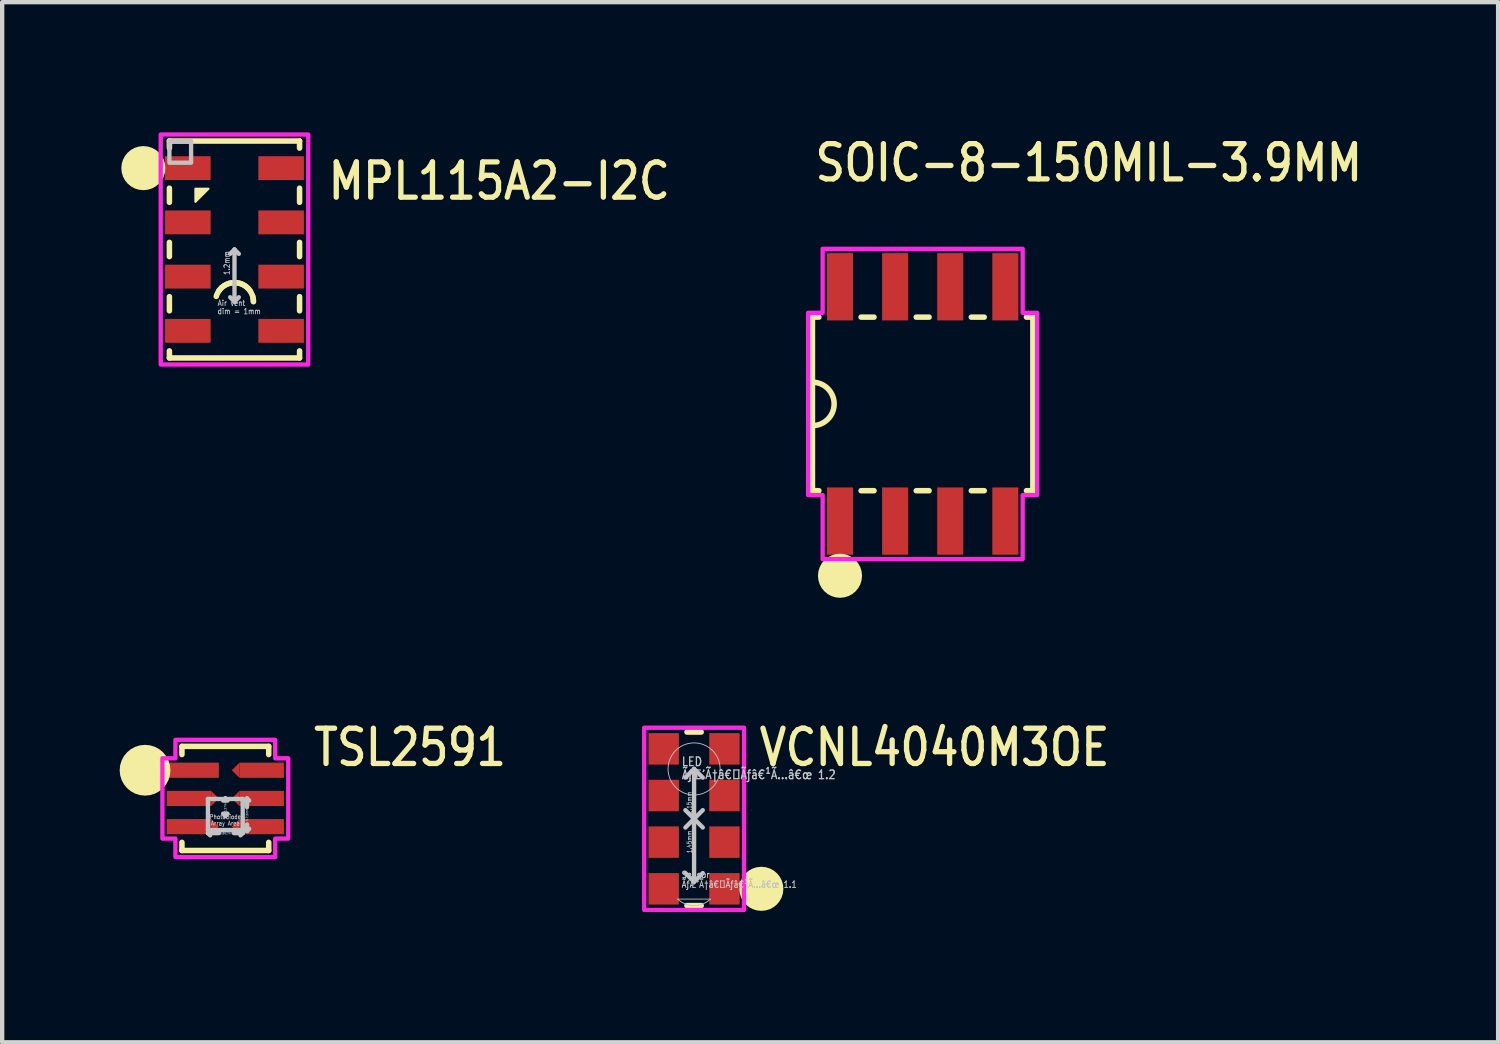
<source format=kicad_pcb>
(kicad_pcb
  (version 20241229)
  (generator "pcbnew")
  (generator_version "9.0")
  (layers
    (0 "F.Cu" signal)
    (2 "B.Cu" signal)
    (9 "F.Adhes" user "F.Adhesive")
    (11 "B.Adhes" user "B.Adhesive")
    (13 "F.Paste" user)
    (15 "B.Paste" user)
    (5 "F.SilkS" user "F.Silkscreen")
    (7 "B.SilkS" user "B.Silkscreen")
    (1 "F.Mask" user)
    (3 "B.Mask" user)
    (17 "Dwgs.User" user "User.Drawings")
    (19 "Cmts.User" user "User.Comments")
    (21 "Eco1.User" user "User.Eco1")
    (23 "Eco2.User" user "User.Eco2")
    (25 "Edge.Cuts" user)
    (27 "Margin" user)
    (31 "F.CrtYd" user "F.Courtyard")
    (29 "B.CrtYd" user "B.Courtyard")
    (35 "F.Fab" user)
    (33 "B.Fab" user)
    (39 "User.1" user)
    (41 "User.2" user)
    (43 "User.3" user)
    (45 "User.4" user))
  (footprint "TSL2591"
    (layer "F.Cu")
    (at 2.143 15.351)
    (property "Reference" "TSL2591" (at 1.975 -0.7 0) (unlocked yes) (layer "F.SilkS") (effects (font (size 0.813 0.695) (thickness 0.122)) (justify left bottom)))
    (fp_poly (pts (xy -0.325 0.175) (xy -0.325 -0.175) (xy -0.15 0)) (stroke (width 0) (type solid)) (fill yes) (layer "F.Cu"))
    (fp_poly (pts (xy -0.325 0.825) (xy -0.325 0.475) (xy -0.15 0.65)) (stroke (width 0) (type solid)) (fill yes) (layer "F.Cu"))
    (fp_poly (pts (xy 0.325 -0.825) (xy 0.325 -0.475) (xy 0.15 -0.65)) (stroke (width 0) (type solid)) (fill yes) (layer "F.Cu"))
    (fp_poly (pts (xy 0.325 -0.175) (xy 0.325 0.175) (xy 0.15 0)) (stroke (width 0) (type solid)) (fill yes) (layer "F.Cu"))
    (fp_poly (pts (xy 0.325 0.475) (xy 0.325 0.825) (xy 0.15 0.65)) (stroke (width 0) (type solid)) (fill yes) (layer "F.Cu"))
    (fp_poly (pts (xy -1.45 -0.275) (xy -1.45 0.275) (xy -0.3 0.275) (xy -0.05 0) (xy -0.325 -0.275)) (stroke (width 0) (type solid)) (fill yes) (layer "F.Mask"))
    (fp_poly (pts (xy -1.45 0.375) (xy -1.45 0.925) (xy -0.3 0.925) (xy -0.05 0.65) (xy -0.325 0.375)) (stroke (width 0) (type solid)) (fill yes) (layer "F.Mask"))
    (fp_poly (pts (xy 1.45 -0.375) (xy 1.45 -0.925) (xy 0.3 -0.925) (xy 0.05 -0.65) (xy 0.325 -0.375)) (stroke (width 0) (type solid)) (fill yes) (layer "F.Mask"))
    (fp_poly (pts (xy 1.45 0.275) (xy 1.45 -0.275) (xy 0.3 -0.275) (xy 0.05 0) (xy 0.325 0.275)) (stroke (width 0) (type solid)) (fill yes) (layer "F.Mask"))
    (fp_poly (pts (xy 1.45 0.925) (xy 1.45 0.375) (xy 0.3 0.375) (xy 0.05 0.65) (xy 0.325 0.925)) (stroke (width 0) (type solid)) (fill yes) (layer "F.Mask"))
    (fp_line (start -1 -1.2) (end -1 -1.012) (stroke (width 0.127) (type solid)) (layer "F.SilkS"))
    (fp_line (start -1 -1.2) (end 1 -1.2) (stroke (width 0.127) (type solid)) (layer "F.SilkS"))
    (fp_line (start -1 1.012) (end -1 1.2) (stroke (width 0.127) (type solid)) (layer "F.SilkS"))
    (fp_line (start -1 1.2) (end 1 1.2) (stroke (width 0.127) (type solid)) (layer "F.SilkS"))
    (fp_line (start 1 -1.2) (end 1 -1.012) (stroke (width 0.127) (type solid)) (layer "F.SilkS"))
    (fp_line (start 1 1.2) (end 1 1.012) (stroke (width 0.127) (type solid)) (layer "F.SilkS"))
    (fp_circle (center -1.85 -0.65) (end -1.85 -0.65) (stroke (width 0.585) (type solid)) (fill no) (layer "F.SilkS"))
    (fp_poly (pts (xy -0.325 0.175) (xy -0.325 -0.175) (xy -0.15 0)) (stroke (width 0) (type solid)) (fill yes) (layer "F.Paste"))
    (fp_poly (pts (xy -0.325 0.825) (xy -0.325 0.475) (xy -0.15 0.65)) (stroke (width 0) (type solid)) (fill yes) (layer "F.Paste"))
    (fp_poly (pts (xy 0.325 -0.825) (xy 0.325 -0.475) (xy 0.15 -0.65)) (stroke (width 0) (type solid)) (fill yes) (layer "F.Paste"))
    (fp_poly (pts (xy 0.325 -0.175) (xy 0.325 0.175) (xy 0.15 0)) (stroke (width 0) (type solid)) (fill yes) (layer "F.Paste"))
    (fp_poly (pts (xy 0.325 0.475) (xy 0.325 0.825) (xy 0.15 0.65)) (stroke (width 0) (type solid)) (fill yes) (layer "F.Paste"))
    (fp_line (start -0.401 0.012) (end 0.401 0.012) (stroke (width 0.1) (type solid)) (layer "Dwgs.User"))
    (fp_line (start -0.401 0.728) (end -0.401 0.012) (stroke (width 0.1) (type solid)) (layer "Dwgs.User"))
    (fp_line (start -0.4 0.8) (end -0.35 0.75) (stroke (width 0.1) (type solid)) (layer "Dwgs.User"))
    (fp_line (start -0.4 0.8) (end -0.35 0.85) (stroke (width 0.1) (type solid)) (layer "Dwgs.User"))
    (fp_line (start -0.4 0.8) (end -0.15 0.8) (stroke (width 0.1) (type solid)) (layer "Dwgs.User"))
    (fp_line (start 0 0) (end -0.05 0.05) (stroke (width 0.1) (type solid)) (layer "Dwgs.User"))
    (fp_line (start 0 0) (end 0 0.05) (stroke (width 0.1) (type solid)) (layer "Dwgs.User"))
    (fp_line (start 0 0) (end 0.05 0.05) (stroke (width 0.1) (type solid)) (layer "Dwgs.User"))
    (fp_line (start 0 0.35) (end 0 0.4) (stroke (width 0.1) (type solid)) (layer "Dwgs.User"))
    (fp_line (start 0 0.4) (end -0.05 0.35) (stroke (width 0.1) (type solid)) (layer "Dwgs.User"))
    (fp_line (start 0 0.4) (end 0.05 0.35) (stroke (width 0.1) (type solid)) (layer "Dwgs.User"))
    (fp_line (start 0.2 0.8) (end 0.4 0.8) (stroke (width 0.1) (type solid)) (layer "Dwgs.User"))
    (fp_line (start 0.35 0.75) (end 0.4 0.8) (stroke (width 0.1) (type solid)) (layer "Dwgs.User"))
    (fp_line (start 0.35 0.85) (end 0.4 0.8) (stroke (width 0.1) (type solid)) (layer "Dwgs.User"))
    (fp_line (start 0.401 0.012) (end 0.401 0.728) (stroke (width 0.1) (type solid)) (layer "Dwgs.User"))
    (fp_line (start 0.401 0.728) (end -0.401 0.728) (stroke (width 0.1) (type solid)) (layer "Dwgs.User"))
    (fp_line (start 0.5 0) (end 0.45 0.05) (stroke (width 0.1) (type solid)) (layer "Dwgs.User"))
    (fp_line (start 0.5 0) (end 0.5 0.2) (stroke (width 0.1) (type solid)) (layer "Dwgs.User"))
    (fp_line (start 0.5 0) (end 0.55 0.05) (stroke (width 0.1) (type solid)) (layer "Dwgs.User"))
    (fp_line (start 0.5 0.6) (end 0.5 0.75) (stroke (width 0.1) (type solid)) (layer "Dwgs.User"))
    (fp_line (start 0.5 0.75) (end 0.45 0.7) (stroke (width 0.1) (type solid)) (layer "Dwgs.User"))
    (fp_line (start 0.5 0.75) (end 0.55 0.7) (stroke (width 0.1) (type solid)) (layer "Dwgs.User"))
    (fp_poly (pts (xy -1.15 -1.35) (xy 1.15 -1.35) (xy 1.15 -0.925) (xy 1.45 -0.925) (xy 1.45 0.925) (xy 1.15 0.925) (xy 1.15 1.35) (xy -1.15 1.35) (xy -1.15 0.925) (xy -1.45 0.925) (xy -1.45 -0.925) (xy -1.15 -0.925)) (stroke (width 0.1) (type solid)) (fill no) (layer "F.CrtYd"))
    (fp_text user "0.716mm" (at 0.53 0.53 90) (unlocked yes) (layer "Dwgs.User") (effects (font (size 0.05 0.043) (thickness 0.007)) (justify left bottom)))
    (fp_text user "Array Area" (at 0 0.575 0) (unlocked yes) (layer "Dwgs.User") (effects (font (size 0.1 0.086) (thickness 0.015))))
    (fp_text user "Photodiode" (at 0 0.425 0) (unlocked yes) (layer "Dwgs.User") (effects (font (size 0.1 0.086) (thickness 0.015))))
    (fp_text user "0.802mm" (at -0.13 0.83 0) (unlocked yes) (layer "Dwgs.User") (effects (font (size 0.05 0.043) (thickness 0.007)) (justify left bottom)))
    (fp_text user "0.37mm" (at 0 0.325 90) (unlocked yes) (layer "Dwgs.User") (effects (font (size 0.05 0.043) (thickness 0.007)) (justify left)))
    (pad "P$1" smd rect (at -0.75 -0.65) (size 1.2 0.35) (layers "F.Cu" "F.Mask" "F.Paste"))
    (pad "P$2" smd rect (at -0.838 0) (size 1.025 0.35) (layers "F.Cu" "F.Paste"))
    (pad "P$3" smd rect (at -0.838 0.65) (size 1.025 0.35) (layers "F.Cu" "F.Paste"))
    (pad "P$4" smd rect (at 0.838 0.65) (size 1.025 0.35) (layers "F.Cu" "F.Paste"))
    (pad "P$5" smd rect (at 0.838 0) (size 1.025 0.35) (layers "F.Cu" "F.Paste"))
    (pad "P$6" smd rect (at 0.838 -0.65) (size 1.025 0.35) (layers "F.Cu" "F.Paste")))
  (footprint "MPL115A2-I2C"
    (layer "F.Cu")
    (at 2.354 2.7)
    (property "Reference" "MPL115A2-I2C" (at 2.1 -1.1 0) (unlocked yes) (layer "F.SilkS") (effects (font (size 0.813 0.695) (thickness 0.122)) (justify left bottom)))
    (fp_line (start -1.5 -2.5) (end -1.5 -2.337) (stroke (width 0.127) (type solid)) (layer "F.SilkS"))
    (fp_line (start -1.5 -2.5) (end 1.5 -2.5) (stroke (width 0.127) (type solid)) (layer "F.SilkS"))
    (fp_line (start -1.5 -1.087) (end -1.5 -1.413) (stroke (width 0.127) (type solid)) (layer "F.SilkS"))
    (fp_line (start -1.5 -0.164) (end -1.5 0.164) (stroke (width 0.127) (type solid)) (layer "F.SilkS"))
    (fp_line (start -1.5 1.087) (end -1.5 1.413) (stroke (width 0.127) (type solid)) (layer "F.SilkS"))
    (fp_line (start -1.5 2.337) (end -1.5 2.5) (stroke (width 0.127) (type solid)) (layer "F.SilkS"))
    (fp_line (start -1.5 2.5) (end 1.5 2.5) (stroke (width 0.127) (type solid)) (layer "F.SilkS"))
    (fp_line (start 1.5 -2.5) (end 1.5 -2.337) (stroke (width 0.127) (type solid)) (layer "F.SilkS"))
    (fp_line (start 1.5 -1.087) (end 1.5 -1.413) (stroke (width 0.127) (type solid)) (layer "F.SilkS"))
    (fp_line (start 1.5 -0.164) (end 1.5 0.164) (stroke (width 0.127) (type solid)) (layer "F.SilkS"))
    (fp_line (start 1.5 1.087) (end 1.5 1.413) (stroke (width 0.127) (type solid)) (layer "F.SilkS"))
    (fp_line (start 1.5 2.337) (end 1.5 2.5) (stroke (width 0.127) (type solid)) (layer "F.SilkS"))
    (fp_arc (start -0.42 1.081125) (mid 0.060008 0.767645) (end 0.4365 1.2) (stroke (width 0.127) (type solid)) (layer "F.SilkS"))
    (fp_arc (start -0.363363 0.958134) (mid 0.000121 0.763501) (end 0.363497 0.958334) (stroke (width 0.127) (type solid)) (layer "F.SilkS"))
    (fp_arc (start 0.419972 1.081016) (mid 0.432349 1.139937) (end 0.4365 1.2) (stroke (width 0.127) (type solid)) (layer "F.SilkS"))
    (fp_circle (center -2.1 -1.875) (end -2.1 -1.875) (stroke (width 0.508) (type solid)) (fill no) (layer "F.SilkS"))
    (fp_poly (pts (xy -0.6 -1.4) (xy -0.9 -1.4) (xy -0.9 -1.1)) (stroke (width 0.05) (type solid)) (fill yes) (layer "F.SilkS"))
    (fp_line (start 0 0) (end -0.1 0.1) (stroke (width 0.1) (type solid)) (layer "Dwgs.User"))
    (fp_line (start 0 0) (end 0 1.2) (stroke (width 0.1) (type solid)) (layer "Dwgs.User"))
    (fp_line (start 0 0) (end 0.1 0.1) (stroke (width 0.1) (type solid)) (layer "Dwgs.User"))
    (fp_line (start 0 1.2) (end -0.1 1.1) (stroke (width 0.1) (type solid)) (layer "Dwgs.User"))
    (fp_line (start 0 1.2) (end 0.1 1.1) (stroke (width 0.1) (type solid)) (layer "Dwgs.User"))
    (fp_poly (pts (xy -1.5 -2.5) (xy -1 -2.5) (xy -1 -2) (xy -1.5 -2)) (stroke (width 0.1) (type solid)) (fill no) (layer "Dwgs.User"))
    (fp_poly (pts (xy -1.7 -2.65) (xy 1.7 -2.65) (xy 1.7 2.65) (xy -1.7 2.65)) (stroke (width 0.1) (type solid)) (fill no) (layer "F.CrtYd"))
    (fp_text user "1.2mm" (at -0.1 0.6 90) (unlocked yes) (layer "Dwgs.User") (effects (font (size 0.127 0.109) (thickness 0.019)) (justify left bottom)))
    (fp_text user "Air vent " (at -0.4 1.31 0) (unlocked yes) (layer "Dwgs.User") (effects (font (size 0.127 0.109) (thickness 0.019)) (justify left bottom)))
    (fp_text user "dim = 1mm" (at -0.4 1.5 0) (unlocked yes) (layer "Dwgs.User") (effects (font (size 0.127 0.109) (thickness 0.019)) (justify left bottom)))
    (pad "P$1" smd rect (at -1.075 -1.875) (size 1.05 0.55) (layers "F.Cu" "F.Mask" "F.Paste"))
    (pad "P$2" smd rect (at -1.075 -0.625) (size 1.05 0.55) (layers "F.Cu" "F.Mask" "F.Paste"))
    (pad "P$3" smd rect (at -1.075 0.625) (size 1.05 0.55) (layers "F.Cu" "F.Mask" "F.Paste"))
    (pad "P$4" smd rect (at -1.075 1.875) (size 1.05 0.55) (layers "F.Cu" "F.Mask" "F.Paste"))
    (pad "P$5" smd rect (at 1.075 1.875) (size 1.05 0.55) (layers "F.Cu" "F.Mask" "F.Paste"))
    (pad "P$6" smd rect (at 1.075 0.625) (size 1.05 0.55) (layers "F.Cu" "F.Mask" "F.Paste"))
    (pad "P$7" smd rect (at 1.075 -0.625) (size 1.05 0.55) (layers "F.Cu" "F.Mask" "F.Paste"))
    (pad "P$8" smd rect (at 1.075 -1.875) (size 1.05 0.55) (layers "F.Cu" "F.Mask" "F.Paste")))
  (footprint "VCNL4040M3OE"
    (layer "F.Cu")
    (at 12.946 15.821)
    (property "Reference" "VCNL4040M3OE" (at 1.44 -1.17 0) (unlocked yes) (layer "F.SilkS") (effects (font (size 0.813 0.695) (thickness 0.122)) (justify left bottom)))
    (fp_line (start -0.164 -2) (end 0.164 -2) (stroke (width 0.127) (type solid)) (layer "F.SilkS"))
    (fp_line (start -0.164 2) (end 0.164 2) (stroke (width 0.127) (type solid)) (layer "F.SilkS"))
    (fp_circle (center 1.55 1.613) (end 1.55 1.613) (stroke (width 0.508) (type solid)) (fill no) (layer "F.SilkS"))
    (fp_line (start -0.377 1.85) (end 0.377 1.85) (stroke (width 0.02) (type solid)) (layer "Dwgs.User"))
    (fp_line (start -0.2 -0.95) (end 0 -1.15) (stroke (width 0.1) (type solid)) (layer "Dwgs.User"))
    (fp_line (start -0.2 0.2) (end 0 0) (stroke (width 0.1) (type solid)) (layer "Dwgs.User"))
    (fp_line (start 0 -1.15) (end 0.2 -0.95) (stroke (width 0.1) (type solid)) (layer "Dwgs.User"))
    (fp_line (start 0 0) (end -0.2 -0.2) (stroke (width 0.1) (type solid)) (layer "Dwgs.User"))
    (fp_line (start 0 0) (end 0 -1.15) (stroke (width 0.1) (type solid)) (layer "Dwgs.User"))
    (fp_line (start 0 0) (end 0.2 0.2) (stroke (width 0.1) (type solid)) (layer "Dwgs.User"))
    (fp_line (start 0 1.45) (end -0.2 1.25) (stroke (width 0.1) (type solid)) (layer "Dwgs.User"))
    (fp_line (start 0 1.45) (end 0 0) (stroke (width 0.1) (type solid)) (layer "Dwgs.User"))
    (fp_line (start 0.2 -0.2) (end 0 0) (stroke (width 0.1) (type solid)) (layer "Dwgs.User"))
    (fp_line (start 0.2 1.25) (end 0 1.45) (stroke (width 0.1) (type solid)) (layer "Dwgs.User"))
    (fp_arc (start 0.377491 1.85) (mid 0 2) (end -0.377491 1.85) (stroke (width 0.02) (type solid)) (layer "Dwgs.User"))
    (fp_circle (center 0 -1.15) (end 0.6 -1.15) (stroke (width 0.02) (type solid)) (fill no) (layer "Dwgs.User"))
    (fp_poly (pts (xy -1.15 -2.1) (xy 1.15 -2.1) (xy 1.15 2.1) (xy -1.15 2.1)) (stroke (width 0.1) (type solid)) (fill no) (layer "F.CrtYd"))
    (fp_text user "1.45mm " (at -0.05 0.8 90) (unlocked yes) (layer "Dwgs.User") (effects (font (size 0.1 0.086) (thickness 0.015)) (justify left bottom)))
    (fp_text user "Sensor" (at -0.3 1.375 0) (unlocked yes) (layer "Dwgs.User") (effects (font (size 0.15 0.128) (thickness 0.022)) (justify left bottom)))
    (fp_text user "ÃƒÆ’Ã†â€™Ãƒâ€¹Ã…â€œ 1.1" (at -0.3 1.6 0) (unlocked yes) (layer "Dwgs.User") (effects (font (size 0.15 0.128) (thickness 0.022)) (justify left bottom)))
    (fp_text user "ÃƒÆ’Ã†â€™Ãƒâ€¹Ã…â€œ 1.2" (at -0.3 -0.9 0) (unlocked yes) (layer "Dwgs.User") (effects (font (size 0.2 0.171) (thickness 0.03)) (justify left bottom)))
    (fp_text user "LED" (at -0.3 -1.2 0) (unlocked yes) (layer "Dwgs.User") (effects (font (size 0.2 0.171) (thickness 0.03)) (justify left bottom)))
    (fp_text user "1.15mm " (at -0.05 -0.1 90) (unlocked yes) (layer "Dwgs.User") (effects (font (size 0.1 0.086) (thickness 0.015)) (justify left bottom)))
    (pad "P$1" smd rect (at 0.7 1.613) (size 0.7 0.725) (layers "F.Cu" "F.Mask" "F.Paste"))
    (pad "P$2" smd rect (at 0.7 0.537) (size 0.7 0.725) (layers "F.Cu" "F.Mask" "F.Paste"))
    (pad "P$3" smd rect (at 0.7 -0.537) (size 0.7 0.725) (layers "F.Cu" "F.Mask" "F.Paste"))
    (pad "P$4" smd rect (at 0.7 -1.613) (size 0.7 0.725) (layers "F.Cu" "F.Mask" "F.Paste"))
    (pad "P$5" smd rect (at -0.7 -1.613) (size 0.7 0.725) (layers "F.Cu" "F.Mask" "F.Paste"))
    (pad "P$6" smd rect (at -0.7 -0.537) (size 0.7 0.725) (layers "F.Cu" "F.Mask" "F.Paste"))
    (pad "P$7" smd rect (at -0.7 0.537) (size 0.7 0.725) (layers "F.Cu" "F.Mask" "F.Paste"))
    (pad "P$8" smd rect (at -0.7 1.613) (size 0.7 0.725) (layers "F.Cu" "F.Mask" "F.Paste")))
  (footprint "SOIC-8-150MIL-3.9MM"
    (layer "F.Cu")
    (at 18.214 6.259)
    (property "Reference" "SOIC-8-150MIL-3.9MM" (at -2.54 -5.08 0) (unlocked yes) (layer "F.SilkS") (effects (font (size 0.813 0.695) (thickness 0.122)) (justify left bottom)))
    (fp_line (start -2.54 -2) (end -2.54 -0.5) (stroke (width 0.127) (type solid)) (layer "F.SilkS"))
    (fp_line (start -2.54 -2) (end -2.392 -2) (stroke (width 0.127) (type solid)) (layer "F.SilkS"))
    (fp_line (start -2.54 -0.5) (end -2.54 0.5) (stroke (width 0.127) (type solid)) (layer "F.SilkS"))
    (fp_line (start -2.54 0.5) (end -2.54 2) (stroke (width 0.127) (type solid)) (layer "F.SilkS"))
    (fp_line (start -2.54 2) (end -2.392 2) (stroke (width 0.127) (type solid)) (layer "F.SilkS"))
    (fp_line (start -1.419 -2) (end -1.121 -2) (stroke (width 0.127) (type solid)) (layer "F.SilkS"))
    (fp_line (start -1.419 2) (end -1.121 2) (stroke (width 0.127) (type solid)) (layer "F.SilkS"))
    (fp_line (start -0.148 -2) (end 0.148 -2) (stroke (width 0.127) (type solid)) (layer "F.SilkS"))
    (fp_line (start -0.148 2) (end 0.148 2) (stroke (width 0.127) (type solid)) (layer "F.SilkS"))
    (fp_line (start 1.121 -2) (end 1.419 -2) (stroke (width 0.127) (type solid)) (layer "F.SilkS"))
    (fp_line (start 1.121 2) (end 1.419 2) (stroke (width 0.127) (type solid)) (layer "F.SilkS"))
    (fp_line (start 2.392 -2) (end 2.54 -2) (stroke (width 0.127) (type solid)) (layer "F.SilkS"))
    (fp_line (start 2.392 2) (end 2.54 2) (stroke (width 0.127) (type solid)) (layer "F.SilkS"))
    (fp_line (start 2.54 -2) (end 2.54 2) (stroke (width 0.127) (type solid)) (layer "F.SilkS"))
    (fp_arc (start -2.54 -0.5) (mid -2.04 0) (end -2.54 0.5) (stroke (width 0.127) (type solid)) (layer "F.SilkS"))
    (fp_circle (center -1.905 3.96) (end -1.905 3.96) (stroke (width 0.508) (type solid)) (fill no) (layer "F.SilkS"))
    (fp_poly (pts (xy -2.305 3.575) (xy -2.305 2.1) (xy -2.64 2.1) (xy -2.64 -2.1) (xy -2.305 -2.1) (xy -2.305 -3.575) (xy 2.305 -3.575) (xy 2.305 -2.1) (xy 2.64 -2.1) (xy 2.64 2.1) (xy 2.305 2.1) (xy 2.305 3.575)) (stroke (width 0.1) (type solid)) (fill no) (layer "F.CrtYd"))
    (pad "P$1" smd rect (at -1.905 2.7) (size 0.6 1.55) (layers "F.Cu" "F.Mask" "F.Paste"))
    (pad "P$2" smd rect (at -0.635 2.7) (size 0.6 1.55) (layers "F.Cu" "F.Mask" "F.Paste"))
    (pad "P$3" smd rect (at 0.635 2.7) (size 0.6 1.55) (layers "F.Cu" "F.Mask" "F.Paste"))
    (pad "P$4" smd rect (at 1.905 2.7) (size 0.6 1.55) (layers "F.Cu" "F.Mask" "F.Paste"))
    (pad "P$5" smd rect (at 1.905 -2.7) (size 0.6 1.55) (layers "F.Cu" "F.Mask" "F.Paste"))
    (pad "P$6" smd rect (at 0.635 -2.7) (size 0.6 1.55) (layers "F.Cu" "F.Mask" "F.Paste"))
    (pad "P$7" smd rect (at -0.635 -2.7) (size 0.6 1.55) (layers "F.Cu" "F.Mask" "F.Paste"))
    (pad "P$8" smd rect (at -1.905 -2.7) (size 0.6 1.55) (layers "F.Cu" "F.Mask" "F.Paste")))
  (gr_rect
    (start -3 -3)
    (end 31.476 20.971)
    (stroke (width 0.1) (type default))
    (fill no)
    (layer "Edge.Cuts")))
</source>
